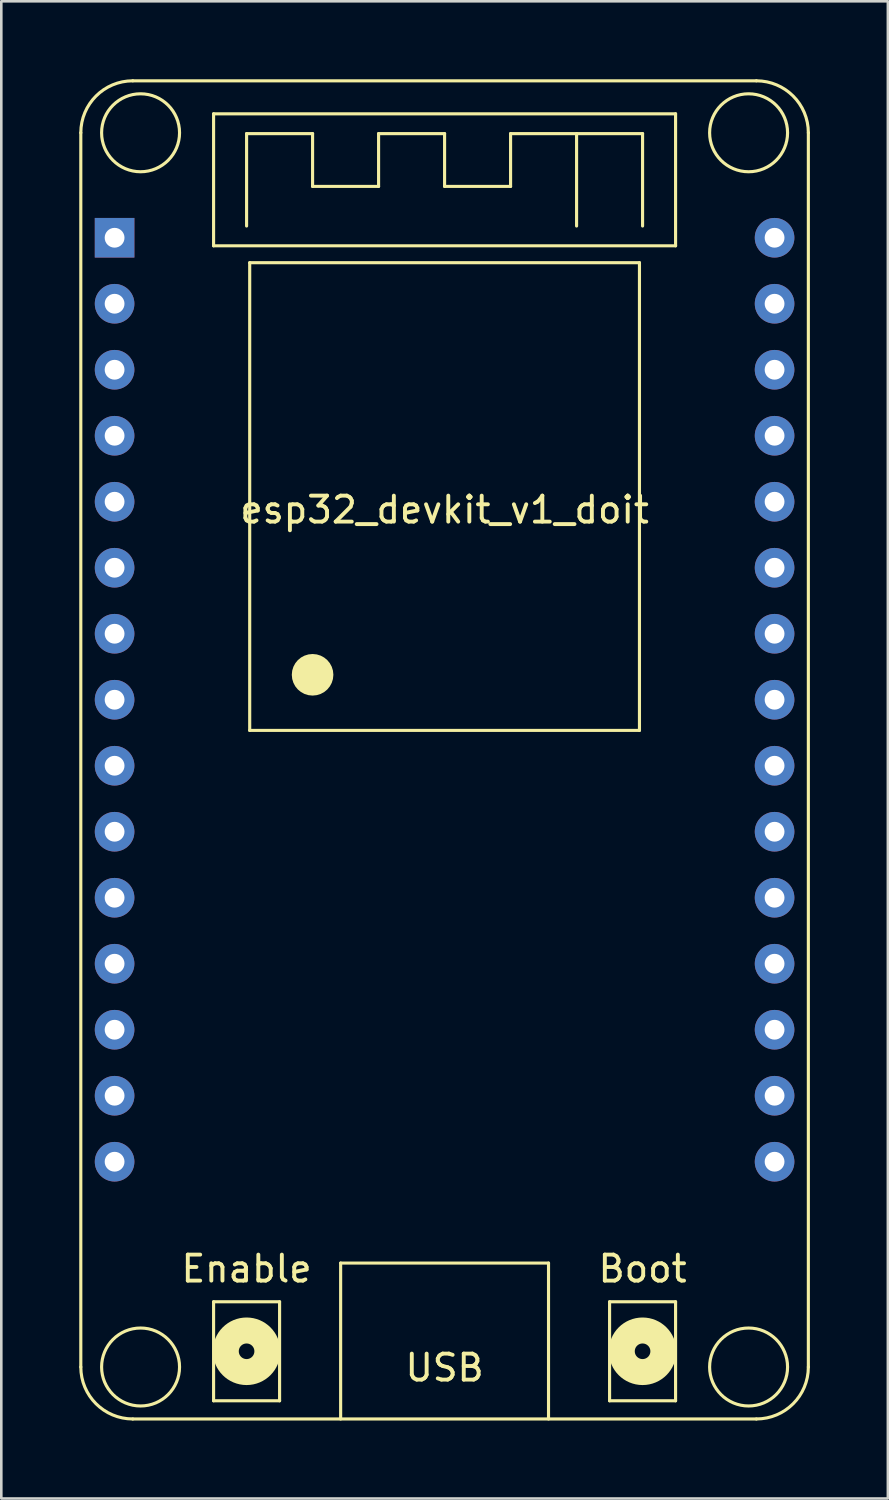
<source format=kicad_pcb>
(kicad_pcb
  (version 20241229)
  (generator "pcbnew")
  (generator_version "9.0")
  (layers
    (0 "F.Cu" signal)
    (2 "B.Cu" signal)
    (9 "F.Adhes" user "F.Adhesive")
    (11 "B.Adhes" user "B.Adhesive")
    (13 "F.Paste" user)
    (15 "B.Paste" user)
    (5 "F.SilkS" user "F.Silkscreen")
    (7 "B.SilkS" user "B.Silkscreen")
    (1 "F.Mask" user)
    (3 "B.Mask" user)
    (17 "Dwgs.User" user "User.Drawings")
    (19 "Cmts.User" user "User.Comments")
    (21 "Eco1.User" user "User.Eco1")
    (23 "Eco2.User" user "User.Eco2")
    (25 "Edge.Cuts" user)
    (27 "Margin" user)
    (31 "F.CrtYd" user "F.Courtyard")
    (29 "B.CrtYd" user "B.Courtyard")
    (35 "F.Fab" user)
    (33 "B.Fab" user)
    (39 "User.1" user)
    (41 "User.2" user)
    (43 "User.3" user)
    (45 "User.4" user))
  (footprint "esp32_devkit_v1_doit"
    (layer "F.Cu")
    (at 14.06 6.1)
    (property "Reference" "esp32_devkit_v1_doit" (at 0 10.47 0) (layer "F.SilkS") (effects (font (size 1 1) (thickness 0.15))))
    (attr smd)
    (fp_line (start -14 -4.04) (end -14 43.46) (stroke (width 0.12) (type solid)) (layer "F.SilkS"))
    (fp_line (start -12 -6.04) (end 12 -6.04) (stroke (width 0.12) (type solid)) (layer "F.SilkS"))
    (fp_line (start -12 45.46) (end 12 45.46) (stroke (width 0.12) (type solid)) (layer "F.SilkS"))
    (fp_line (start -8.89 -4.77) (end 8.89 -4.77) (stroke (width 0.12) (type solid)) (layer "F.SilkS"))
    (fp_line (start -8.89 0.31) (end -8.89 -4.77) (stroke (width 0.12) (type solid)) (layer "F.SilkS"))
    (fp_line (start -8.89 40.95) (end -6.35 40.95) (stroke (width 0.12) (type solid)) (layer "F.SilkS"))
    (fp_line (start -8.89 44.76) (end -8.89 40.95) (stroke (width 0.12) (type solid)) (layer "F.SilkS"))
    (fp_line (start -7.62 -4.008) (end -5.08 -4.008) (stroke (width 0.12) (type solid)) (layer "F.SilkS"))
    (fp_line (start -7.62 -0.452) (end -7.62 -4.008) (stroke (width 0.12) (type solid)) (layer "F.SilkS"))
    (fp_line (start -7.5 0.96) (end 7.5 0.96) (stroke (width 0.12) (type solid)) (layer "F.SilkS"))
    (fp_line (start -7.5 18.96) (end -7.5 0.96) (stroke (width 0.12) (type solid)) (layer "F.SilkS"))
    (fp_line (start -6.35 40.95) (end -6.35 44.76) (stroke (width 0.12) (type solid)) (layer "F.SilkS"))
    (fp_line (start -6.35 44.76) (end -8.89 44.76) (stroke (width 0.12) (type solid)) (layer "F.SilkS"))
    (fp_line (start -5.08 -4.008) (end -5.08 -1.976) (stroke (width 0.12) (type solid)) (layer "F.SilkS"))
    (fp_line (start -5.08 -1.976) (end -2.54 -1.976) (stroke (width 0.12) (type solid)) (layer "F.SilkS"))
    (fp_line (start -4 39.46) (end -4 45.46) (stroke (width 0.12) (type solid)) (layer "F.SilkS"))
    (fp_line (start -4 39.46) (end 4 39.46) (stroke (width 0.12) (type solid)) (layer "F.SilkS"))
    (fp_line (start -2.54 -4.008) (end 0 -4.008) (stroke (width 0.12) (type solid)) (layer "F.SilkS"))
    (fp_line (start -2.54 -1.976) (end -2.54 -4.008) (stroke (width 0.12) (type solid)) (layer "F.SilkS"))
    (fp_line (start 0 -4.008) (end 0 -1.976) (stroke (width 0.12) (type solid)) (layer "F.SilkS"))
    (fp_line (start 0 -1.976) (end 2.54 -1.976) (stroke (width 0.12) (type solid)) (layer "F.SilkS"))
    (fp_line (start 2.54 -4.008) (end 7.62 -4.008) (stroke (width 0.12) (type solid)) (layer "F.SilkS"))
    (fp_line (start 2.54 -1.976) (end 2.54 -4.008) (stroke (width 0.12) (type solid)) (layer "F.SilkS"))
    (fp_line (start 4 39.46) (end 4 45.46) (stroke (width 0.12) (type solid)) (layer "F.SilkS"))
    (fp_line (start 5.08 -4.008) (end 5.08 -0.452) (stroke (width 0.12) (type solid)) (layer "F.SilkS"))
    (fp_line (start 6.35 40.95) (end 8.89 40.95) (stroke (width 0.12) (type solid)) (layer "F.SilkS"))
    (fp_line (start 6.35 44.76) (end 6.35 40.95) (stroke (width 0.12) (type solid)) (layer "F.SilkS"))
    (fp_line (start 7.5 0.96) (end 7.5 18.96) (stroke (width 0.12) (type solid)) (layer "F.SilkS"))
    (fp_line (start 7.5 18.96) (end -7.5 18.96) (stroke (width 0.12) (type solid)) (layer "F.SilkS"))
    (fp_line (start 7.62 -4.008) (end 7.62 -0.452) (stroke (width 0.12) (type solid)) (layer "F.SilkS"))
    (fp_line (start 8.89 -4.77) (end 8.89 0.31) (stroke (width 0.12) (type solid)) (layer "F.SilkS"))
    (fp_line (start 8.89 0.31) (end -8.89 0.31) (stroke (width 0.12) (type solid)) (layer "F.SilkS"))
    (fp_line (start 8.89 40.95) (end 8.89 44.76) (stroke (width 0.12) (type solid)) (layer "F.SilkS"))
    (fp_line (start 8.89 44.76) (end 6.35 44.76) (stroke (width 0.12) (type solid)) (layer "F.SilkS"))
    (fp_line (start 14 43.46) (end 14 -4.04) (stroke (width 0.12) (type solid)) (layer "F.SilkS"))
    (fp_arc (start -14 -4.04) (mid -13.414214 -5.454214) (end -12 -6.04) (stroke (width 0.12) (type solid)) (layer "F.SilkS"))
    (fp_arc (start -12 45.46) (mid -13.414214 44.874214) (end -14 43.46) (stroke (width 0.12) (type solid)) (layer "F.SilkS"))
    (fp_arc (start 12 -6.04) (mid 13.414214 -5.454214) (end 14 -4.04) (stroke (width 0.12) (type solid)) (layer "F.SilkS"))
    (fp_arc (start 14 43.46) (mid 13.414214 44.874214) (end 12 45.46) (stroke (width 0.12) (type solid)) (layer "F.SilkS"))
    (fp_circle (center -11.7 -4.04) (end -10.2 -4.04) (stroke (width 0.12) (type solid)) (fill no) (layer "F.SilkS"))
    (fp_circle (center -11.7 43.46) (end -10.2 43.46) (stroke (width 0.12) (type solid)) (fill no) (layer "F.SilkS"))
    (fp_circle (center -7.62 42.855) (end -7.32 42.855) (stroke (width 1) (type solid)) (fill no) (layer "F.SilkS"))
    (fp_circle (center -5.08 16.82) (end -4.68 16.82) (stroke (width 0.8) (type solid)) (fill no) (layer "F.SilkS"))
    (fp_circle (center 7.62 42.855) (end 7.92 42.855) (stroke (width 1) (type solid)) (fill no) (layer "F.SilkS"))
    (fp_circle (center 11.7 -4.04) (end 13.2 -4.04) (stroke (width 0.12) (type solid)) (fill no) (layer "F.SilkS"))
    (fp_circle (center 11.7 43.46) (end 13.2 43.46) (stroke (width 0.12) (type solid)) (fill no) (layer "F.SilkS"))
    (fp_text user "Boot" (at 7.62 39.68 0) (layer "F.SilkS") (effects (font (size 1 1) (thickness 0.15))))
    (fp_text user "Enable" (at -7.62 39.68 0) (layer "F.SilkS") (effects (font (size 1 1) (thickness 0.15))))
    (fp_text user "USB" (at 0 43.49 0) (layer "F.SilkS") (effects (font (size 1 1) (thickness 0.15))))
    (pad "1" thru_hole rect (at -12.7 0) (size 1.524 1.524) (drill 0.762) (layers "*.Cu" "*.Mask"))
    (pad "2" thru_hole circle (at -12.7 2.54) (size 1.524 1.524) (drill 0.762) (layers "*.Cu" "*.Mask"))
    (pad "3" thru_hole circle (at -12.7 5.08) (size 1.524 1.524) (drill 0.762) (layers "*.Cu" "*.Mask"))
    (pad "4" thru_hole circle (at -12.7 7.62) (size 1.524 1.524) (drill 0.762) (layers "*.Cu" "*.Mask"))
    (pad "5" thru_hole circle (at -12.7 10.16) (size 1.524 1.524) (drill 0.762) (layers "*.Cu" "*.Mask"))
    (pad "6" thru_hole circle (at -12.7 12.7) (size 1.524 1.524) (drill 0.762) (layers "*.Cu" "*.Mask"))
    (pad "7" thru_hole circle (at -12.7 15.24) (size 1.524 1.524) (drill 0.762) (layers "*.Cu" "*.Mask"))
    (pad "8" thru_hole circle (at -12.7 17.78) (size 1.524 1.524) (drill 0.762) (layers "*.Cu" "*.Mask"))
    (pad "9" thru_hole circle (at -12.7 20.32) (size 1.524 1.524) (drill 0.762) (layers "*.Cu" "*.Mask"))
    (pad "10" thru_hole circle (at -12.7 22.86) (size 1.524 1.524) (drill 0.762) (layers "*.Cu" "*.Mask"))
    (pad "11" thru_hole circle (at -12.7 25.4) (size 1.524 1.524) (drill 0.762) (layers "*.Cu" "*.Mask"))
    (pad "12" thru_hole circle (at -12.7 27.94) (size 1.524 1.524) (drill 0.762) (layers "*.Cu" "*.Mask"))
    (pad "13" thru_hole circle (at -12.7 30.48) (size 1.524 1.524) (drill 0.762) (layers "*.Cu" "*.Mask"))
    (pad "14" thru_hole circle (at -12.7 33.02) (size 1.524 1.524) (drill 0.762) (layers "*.Cu" "*.Mask"))
    (pad "15" thru_hole circle (at -12.7 35.56) (size 1.524 1.524) (drill 0.762) (layers "*.Cu" "*.Mask"))
    (pad "16" thru_hole circle (at 12.7 35.56) (size 1.524 1.524) (drill 0.762) (layers "*.Cu" "*.Mask"))
    (pad "17" thru_hole circle (at 12.7 33.02) (size 1.524 1.524) (drill 0.762) (layers "*.Cu" "*.Mask"))
    (pad "18" thru_hole circle (at 12.7 30.48) (size 1.524 1.524) (drill 0.762) (layers "*.Cu" "*.Mask"))
    (pad "19" thru_hole circle (at 12.7 27.94) (size 1.524 1.524) (drill 0.762) (layers "*.Cu" "*.Mask"))
    (pad "20" thru_hole circle (at 12.7 25.4) (size 1.524 1.524) (drill 0.762) (layers "*.Cu" "*.Mask"))
    (pad "21" thru_hole circle (at 12.7 22.86) (size 1.524 1.524) (drill 0.762) (layers "*.Cu" "*.Mask"))
    (pad "22" thru_hole circle (at 12.7 20.32) (size 1.524 1.524) (drill 0.762) (layers "*.Cu" "*.Mask"))
    (pad "23" thru_hole circle (at 12.7 17.78) (size 1.524 1.524) (drill 0.762) (layers "*.Cu" "*.Mask"))
    (pad "24" thru_hole circle (at 12.7 15.24) (size 1.524 1.524) (drill 0.762) (layers "*.Cu" "*.Mask"))
    (pad "25" thru_hole circle (at 12.7 12.7) (size 1.524 1.524) (drill 0.762) (layers "*.Cu" "*.Mask"))
    (pad "26" thru_hole circle (at 12.7 10.16) (size 1.524 1.524) (drill 0.762) (layers "*.Cu" "*.Mask"))
    (pad "27" thru_hole circle (at 12.7 7.62) (size 1.524 1.524) (drill 0.762) (layers "*.Cu" "*.Mask"))
    (pad "28" thru_hole circle (at 12.7 5.08) (size 1.524 1.524) (drill 0.762) (layers "*.Cu" "*.Mask"))
    (pad "29" thru_hole circle (at 12.7 2.54) (size 1.524 1.524) (drill 0.762) (layers "*.Cu" "*.Mask"))
    (pad "30" thru_hole circle (at 12.7 0) (size 1.524 1.524) (drill 0.762) (layers "*.Cu" "*.Mask")))
  (gr_rect
    (start -3 -3)
    (end 31.12 54.62)
    (stroke (width 0.1) (type default))
    (fill no)
    (layer "Edge.Cuts")))
</source>
